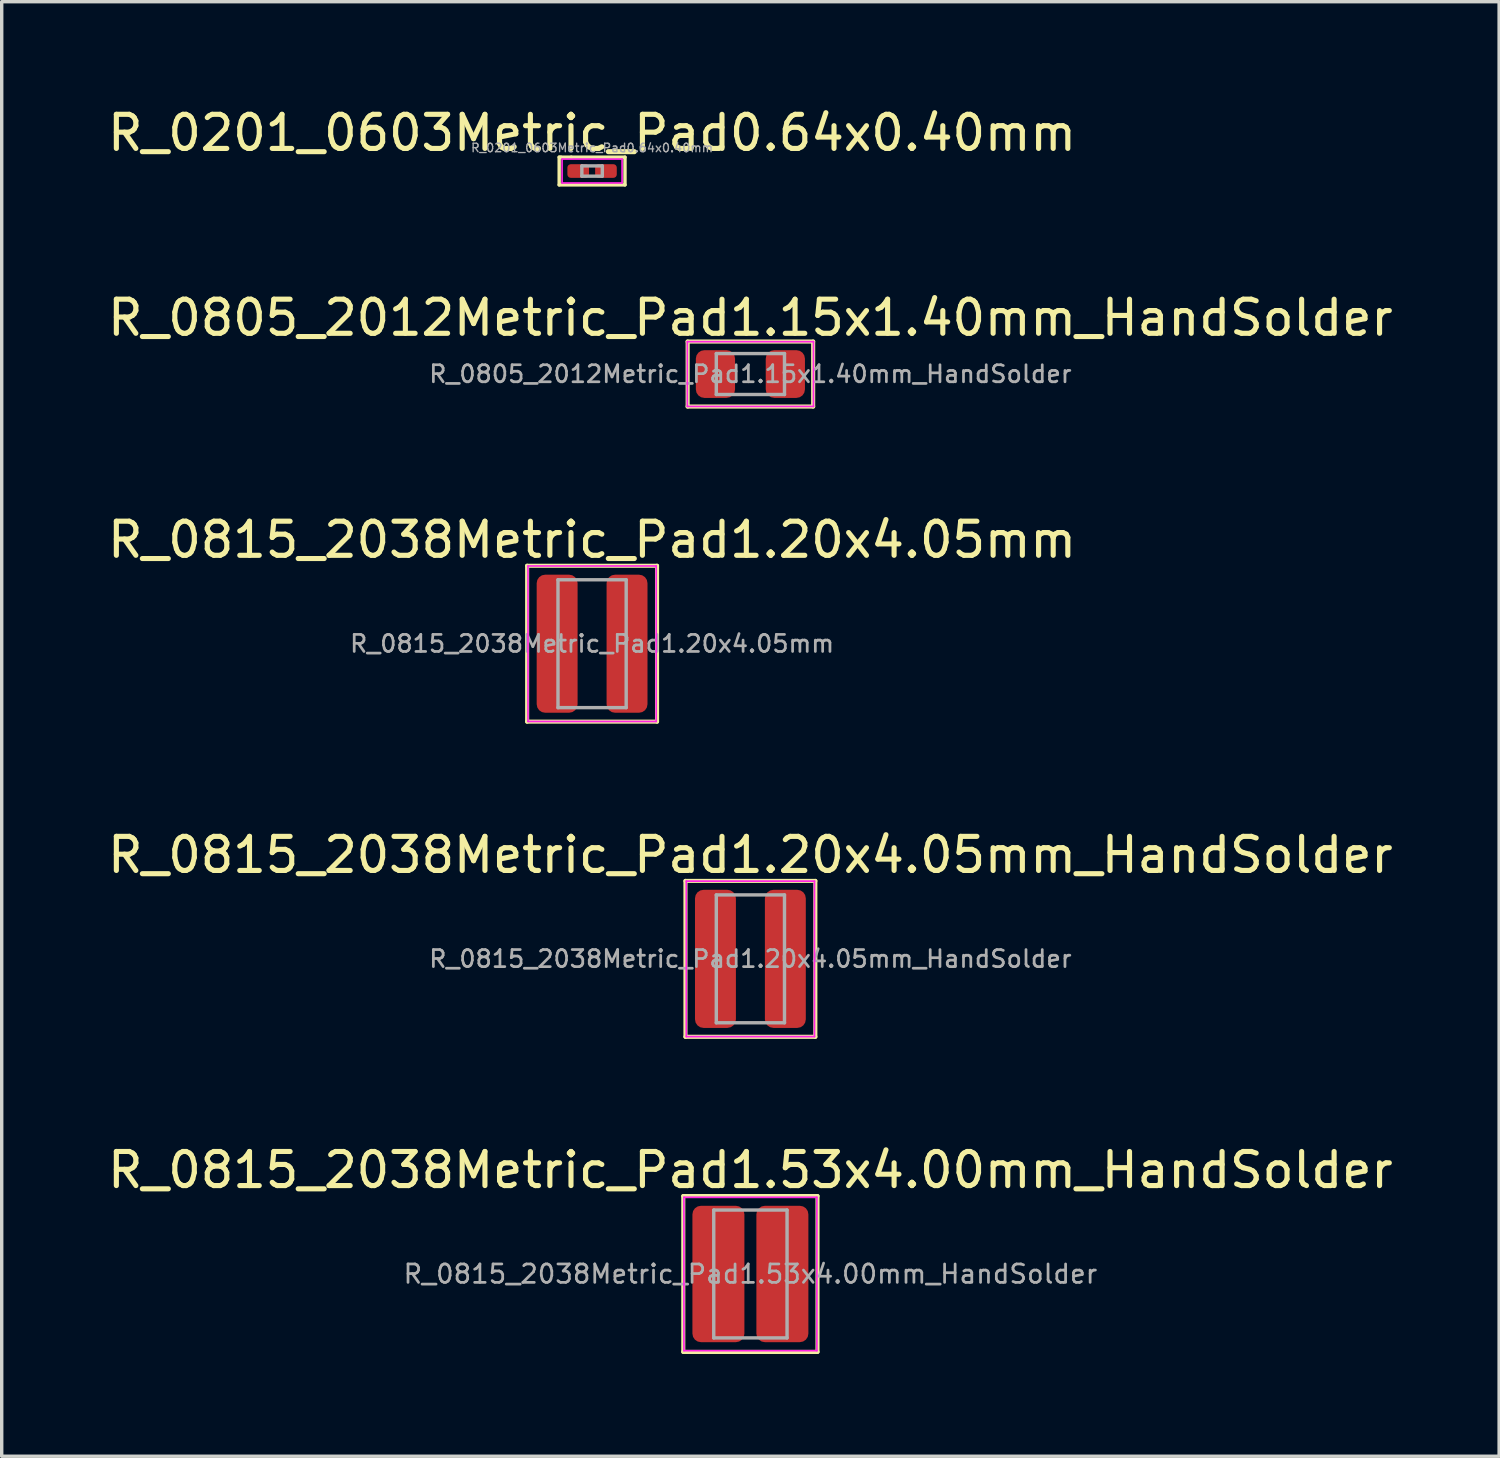
<source format=kicad_pcb>
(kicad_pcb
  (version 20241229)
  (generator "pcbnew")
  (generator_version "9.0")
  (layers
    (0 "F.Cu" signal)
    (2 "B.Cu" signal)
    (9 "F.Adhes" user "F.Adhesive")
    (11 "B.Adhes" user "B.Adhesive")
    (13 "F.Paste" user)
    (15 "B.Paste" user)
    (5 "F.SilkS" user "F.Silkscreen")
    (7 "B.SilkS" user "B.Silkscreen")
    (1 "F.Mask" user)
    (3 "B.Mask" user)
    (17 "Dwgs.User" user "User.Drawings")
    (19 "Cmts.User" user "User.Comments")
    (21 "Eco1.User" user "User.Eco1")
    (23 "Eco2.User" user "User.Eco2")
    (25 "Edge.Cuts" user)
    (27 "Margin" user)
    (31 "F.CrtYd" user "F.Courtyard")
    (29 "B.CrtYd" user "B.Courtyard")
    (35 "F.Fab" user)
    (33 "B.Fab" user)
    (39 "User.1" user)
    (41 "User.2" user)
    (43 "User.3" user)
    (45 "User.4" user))
  (footprint "R_0815_2038Metric_Pad1.20x4.05mm"
    (layer "F.Cu")
    (at 14.315 15.829)
    (property "Reference" "R_0815_2038Metric_Pad1.20x4.05mm" (at 0 -3.048 0) (layer "F.SilkS") (effects (font (size 1 1) (thickness 0.15))))
    (attr smd)
    (fp_line (start -1.905 -2.286) (end -1.905 2.286) (stroke (width 0.12) (type solid)) (layer "F.SilkS"))
    (fp_line (start -1.905 2.286) (end 1.905 2.286) (stroke (width 0.12) (type solid)) (layer "F.SilkS"))
    (fp_line (start 1.905 -2.286) (end -1.905 -2.286) (stroke (width 0.12) (type solid)) (layer "F.SilkS"))
    (fp_line (start 1.905 2.286) (end 1.905 -2.286) (stroke (width 0.12) (type solid)) (layer "F.SilkS"))
    (fp_line (start -1.88 -2.28) (end 1.88 -2.28) (stroke (width 0.05) (type solid)) (layer "F.CrtYd"))
    (fp_line (start -1.88 2.28) (end -1.88 -2.28) (stroke (width 0.05) (type solid)) (layer "F.CrtYd"))
    (fp_line (start 1.88 -2.28) (end 1.88 2.28) (stroke (width 0.05) (type solid)) (layer "F.CrtYd"))
    (fp_line (start 1.88 2.28) (end -1.88 2.28) (stroke (width 0.05) (type solid)) (layer "F.CrtYd"))
    (fp_line (start -1 -1.875) (end 1 -1.875) (stroke (width 0.1) (type solid)) (layer "F.Fab"))
    (fp_line (start -1 1.875) (end -1 -1.875) (stroke (width 0.1) (type solid)) (layer "F.Fab"))
    (fp_line (start 1 -1.875) (end 1 1.875) (stroke (width 0.1) (type solid)) (layer "F.Fab"))
    (fp_line (start 1 1.875) (end -1 1.875) (stroke (width 0.1) (type solid)) (layer "F.Fab"))
    (fp_text user "${REFERENCE}" (at 0 0 0) (layer "F.Fab") (effects (font (size 0.5 0.5) (thickness 0.08))))
    (pad "1" smd roundrect (at -1.025 0) (size 1.2 4.05) (layers "F.Cu" "F.Mask" "F.Paste") (roundrect_rratio 0.208))
    (pad "2" smd roundrect (at 1.025 0) (size 1.2 4.05) (layers "F.Cu" "F.Mask" "F.Paste") (roundrect_rratio 0.208)))
  (footprint "R_0815_2038Metric_Pad1.20x4.05mm_HandSolder"
    (layer "F.Cu")
    (at 18.958 25.072)
    (property "Reference" "R_0815_2038Metric_Pad1.20x4.05mm_HandSolder" (at 0 -3.048 0) (layer "F.SilkS") (effects (font (size 1 1) (thickness 0.15))))
    (attr smd)
    (fp_line (start -1.905 -2.286) (end -1.905 2.286) (stroke (width 0.12) (type solid)) (layer "F.SilkS"))
    (fp_line (start -1.905 2.286) (end 1.905 2.286) (stroke (width 0.12) (type solid)) (layer "F.SilkS"))
    (fp_line (start 1.905 -2.286) (end -1.905 -2.286) (stroke (width 0.12) (type solid)) (layer "F.SilkS"))
    (fp_line (start 1.905 2.286) (end 1.905 -2.286) (stroke (width 0.12) (type solid)) (layer "F.SilkS"))
    (fp_line (start -1.88 -2.28) (end 1.88 -2.28) (stroke (width 0.05) (type solid)) (layer "F.CrtYd"))
    (fp_line (start -1.88 2.28) (end -1.88 -2.28) (stroke (width 0.05) (type solid)) (layer "F.CrtYd"))
    (fp_line (start 1.88 -2.28) (end 1.88 2.28) (stroke (width 0.05) (type solid)) (layer "F.CrtYd"))
    (fp_line (start 1.88 2.28) (end -1.88 2.28) (stroke (width 0.05) (type solid)) (layer "F.CrtYd"))
    (fp_line (start -1 -1.875) (end 1 -1.875) (stroke (width 0.1) (type solid)) (layer "F.Fab"))
    (fp_line (start -1 1.875) (end -1 -1.875) (stroke (width 0.1) (type solid)) (layer "F.Fab"))
    (fp_line (start 1 -1.875) (end 1 1.875) (stroke (width 0.1) (type solid)) (layer "F.Fab"))
    (fp_line (start 1 1.875) (end -1 1.875) (stroke (width 0.1) (type solid)) (layer "F.Fab"))
    (fp_text user "${REFERENCE}" (at 0 0 0) (layer "F.Fab") (effects (font (size 0.5 0.5) (thickness 0.08))))
    (pad "1" smd roundrect (at -1.025 0) (size 1.2 4.05) (layers "F.Cu" "F.Mask" "F.Paste") (roundrect_rratio 0.208))
    (pad "2" smd roundrect (at 1.025 0) (size 1.2 4.05) (layers "F.Cu" "F.Mask" "F.Paste") (roundrect_rratio 0.208)))
  (footprint "R_0815_2038Metric_Pad1.53x4.00mm_HandSolder"
    (layer "F.Cu")
    (at 18.958 34.314)
    (property "Reference" "R_0815_2038Metric_Pad1.53x4.00mm_HandSolder" (at 0 -3.048 0) (layer "F.SilkS") (effects (font (size 1 1) (thickness 0.15))))
    (attr smd)
    (fp_line (start -1.968 -2.286) (end 1.968 -2.286) (stroke (width 0.12) (type solid)) (layer "F.SilkS"))
    (fp_line (start -1.968 2.286) (end -1.968 -2.286) (stroke (width 0.12) (type solid)) (layer "F.SilkS"))
    (fp_line (start 1.968 -2.286) (end 1.968 2.286) (stroke (width 0.12) (type solid)) (layer "F.SilkS"))
    (fp_line (start 1.968 2.286) (end -1.968 2.286) (stroke (width 0.12) (type solid)) (layer "F.SilkS"))
    (fp_line (start -1.95 -2.25) (end 1.95 -2.25) (stroke (width 0.05) (type solid)) (layer "F.CrtYd"))
    (fp_line (start -1.95 2.25) (end -1.95 -2.25) (stroke (width 0.05) (type solid)) (layer "F.CrtYd"))
    (fp_line (start 1.95 -2.25) (end 1.95 2.25) (stroke (width 0.05) (type solid)) (layer "F.CrtYd"))
    (fp_line (start 1.95 2.25) (end -1.95 2.25) (stroke (width 0.05) (type solid)) (layer "F.CrtYd"))
    (fp_line (start -1.075 -1.875) (end 1.075 -1.875) (stroke (width 0.1) (type solid)) (layer "F.Fab"))
    (fp_line (start -1.075 1.875) (end -1.075 -1.875) (stroke (width 0.1) (type solid)) (layer "F.Fab"))
    (fp_line (start 1.075 -1.875) (end 1.075 1.875) (stroke (width 0.1) (type solid)) (layer "F.Fab"))
    (fp_line (start 1.075 1.875) (end -1.075 1.875) (stroke (width 0.1) (type solid)) (layer "F.Fab"))
    (fp_text user "${REFERENCE}" (at 0 0 0) (layer "F.Fab") (effects (font (size 0.54 0.54) (thickness 0.08))))
    (pad "1" smd roundrect (at -0.938 0) (size 1.525 4) (layers "F.Cu" "F.Mask" "F.Paste") (roundrect_rratio 0.164))
    (pad "2" smd roundrect (at 0.938 0) (size 1.525 4) (layers "F.Cu" "F.Mask" "F.Paste") (roundrect_rratio 0.164)))
  (footprint "R_0201_0603Metric_Pad0.64x0.40mm"
    (layer "F.Cu")
    (at 14.315 1.966)
    (property "Reference" "R_0201_0603Metric_Pad0.64x0.40mm" (at 0 -1.118 0) (layer "F.SilkS") (effects (font (size 1 1) (thickness 0.15))))
    (attr smd)
    (fp_line (start -0.965 -0.406) (end -0.965 0.406) (stroke (width 0.1) (type solid)) (layer "F.SilkS"))
    (fp_line (start -0.965 0.406) (end 0.965 0.406) (stroke (width 0.1) (type solid)) (layer "F.SilkS"))
    (fp_line (start -0.914 -0.406) (end -0.965 -0.406) (stroke (width 0.1) (type solid)) (layer "F.SilkS"))
    (fp_line (start -0.61 -0.406) (end -0.914 -0.406) (stroke (width 0.1) (type solid)) (layer "F.SilkS"))
    (fp_line (start 0.965 -0.406) (end -0.61 -0.406) (stroke (width 0.1) (type solid)) (layer "F.SilkS"))
    (fp_line (start 0.965 0.406) (end 0.965 -0.406) (stroke (width 0.1) (type solid)) (layer "F.SilkS"))
    (fp_line (start -0.88 -0.35) (end 0.88 -0.35) (stroke (width 0.05) (type solid)) (layer "F.CrtYd"))
    (fp_line (start -0.88 0.35) (end -0.88 -0.35) (stroke (width 0.05) (type solid)) (layer "F.CrtYd"))
    (fp_line (start 0.88 -0.35) (end 0.88 0.35) (stroke (width 0.05) (type solid)) (layer "F.CrtYd"))
    (fp_line (start 0.88 0.35) (end -0.88 0.35) (stroke (width 0.05) (type solid)) (layer "F.CrtYd"))
    (fp_line (start -0.3 -0.15) (end 0.3 -0.15) (stroke (width 0.1) (type solid)) (layer "F.Fab"))
    (fp_line (start -0.3 0.15) (end -0.3 -0.15) (stroke (width 0.1) (type solid)) (layer "F.Fab"))
    (fp_line (start 0.3 -0.15) (end 0.3 0.15) (stroke (width 0.1) (type solid)) (layer "F.Fab"))
    (fp_line (start 0.3 0.15) (end -0.3 0.15) (stroke (width 0.1) (type solid)) (layer "F.Fab"))
    (fp_text user "${REFERENCE}" (at 0 -0.68 0) (layer "F.Fab") (effects (font (size 0.25 0.25) (thickness 0.04))))
    (pad "" smd roundrect (at -0.432 0) (size 0.458 0.36) (layers "F.Paste") (roundrect_rratio 0.25))
    (pad "" smd roundrect (at 0.432 0) (size 0.458 0.36) (layers "F.Paste") (roundrect_rratio 0.25))
    (pad "1" smd roundrect (at -0.407 0) (size 0.635 0.4) (layers "F.Cu" "F.Mask") (roundrect_rratio 0.25))
    (pad "2" smd roundrect (at 0.407 0) (size 0.635 0.4) (layers "F.Cu" "F.Mask") (roundrect_rratio 0.25)))
  (footprint "R_0805_2012Metric_Pad1.15x1.40mm_HandSolder"
    (layer "F.Cu")
    (at 18.958 7.92)
    (property "Reference" "R_0805_2012Metric_Pad1.15x1.40mm_HandSolder" (at 0 -1.65 0) (layer "F.SilkS") (effects (font (size 1 1) (thickness 0.15))))
    (attr smd)
    (fp_line (start -1.841 -0.953) (end -1.841 0.953) (stroke (width 0.12) (type solid)) (layer "F.SilkS"))
    (fp_line (start -1.841 0.953) (end 1.841 0.953) (stroke (width 0.12) (type solid)) (layer "F.SilkS"))
    (fp_line (start 1.841 -0.953) (end -1.841 -0.953) (stroke (width 0.12) (type solid)) (layer "F.SilkS"))
    (fp_line (start 1.841 0.953) (end 1.841 -0.953) (stroke (width 0.12) (type solid)) (layer "F.SilkS"))
    (fp_line (start -1.85 -0.95) (end 1.85 -0.95) (stroke (width 0.05) (type solid)) (layer "F.CrtYd"))
    (fp_line (start -1.85 0.95) (end -1.85 -0.95) (stroke (width 0.05) (type solid)) (layer "F.CrtYd"))
    (fp_line (start 1.85 -0.95) (end 1.85 0.95) (stroke (width 0.05) (type solid)) (layer "F.CrtYd"))
    (fp_line (start 1.85 0.95) (end -1.85 0.95) (stroke (width 0.05) (type solid)) (layer "F.CrtYd"))
    (fp_line (start -1 -0.6) (end 1 -0.6) (stroke (width 0.1) (type solid)) (layer "F.Fab"))
    (fp_line (start -1 0.6) (end -1 -0.6) (stroke (width 0.1) (type solid)) (layer "F.Fab"))
    (fp_line (start 1 -0.6) (end 1 0.6) (stroke (width 0.1) (type solid)) (layer "F.Fab"))
    (fp_line (start 1 0.6) (end -1 0.6) (stroke (width 0.1) (type solid)) (layer "F.Fab"))
    (fp_text user "${REFERENCE}" (at 0 0 0) (layer "F.Fab") (effects (font (size 0.5 0.5) (thickness 0.08))))
    (pad "1" smd roundrect (at -1.025 0) (size 1.15 1.4) (layers "F.Cu" "F.Mask" "F.Paste") (roundrect_rratio 0.217))
    (pad "2" smd roundrect (at 1.025 0) (size 1.15 1.4) (layers "F.Cu" "F.Mask" "F.Paste") (roundrect_rratio 0.217)))
  (gr_rect
    (start -3 -3)
    (end 40.917 39.66)
    (stroke (width 0.1) (type default))
    (fill no)
    (layer "Edge.Cuts")))
</source>
